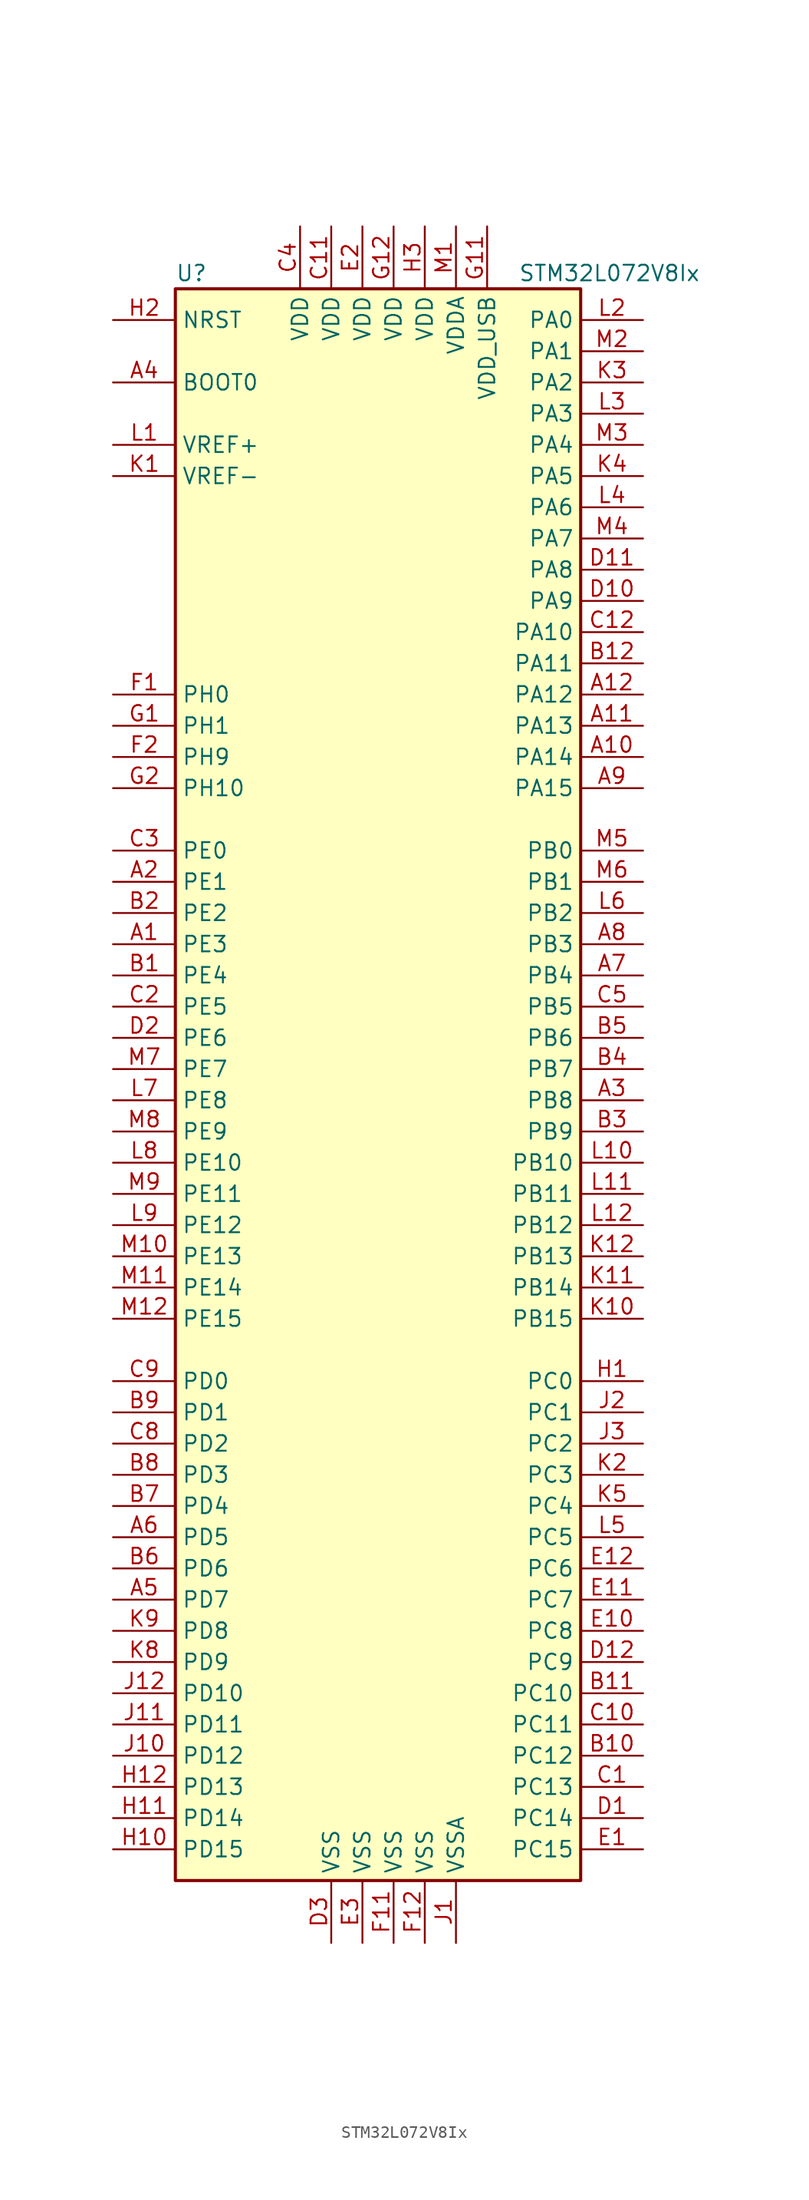
<source format=kicad_sym>
(kicad_symbol_lib
  (version 20211014)
  (generator kicad_symbol_editor)
  (symbol "STM32L072V8Ix"
    (property "Reference" "U"
      (at -17.78 64.77 0)
      (effects (font (size 1.27 1.27)) (justify left)))
    (property "Value" "STM32L072V8Ix"
      (at 10.16 64.77 0)
      (effects (font (size 1.27 1.27)) (justify left)))
    (symbol "STM32L072V8Ix_0_1"
      (rectangle (start -17.78 -66.04) (end 15.24 63.5) (stroke (width 0.254) (type default) (color 0 0 0 0)) (fill (type background))))
    (symbol "STM32L072V8Ix_1_1"
      (pin bidirectional line (at -22.86 10.16 0) (length 5.08) (name "PE3" (effects (font (size 1.27 1.27)))) (number "A1" (effects (font (size 1.27 1.27)))))
      (pin bidirectional line (at 20.32 25.4 180) (length 5.08) (name "PA14" (effects (font (size 1.27 1.27)))) (number "A10" (effects (font (size 1.27 1.27)))))
      (pin bidirectional line (at 20.32 27.94 180) (length 5.08) (name "PA13" (effects (font (size 1.27 1.27)))) (number "A11" (effects (font (size 1.27 1.27)))))
      (pin bidirectional line (at 20.32 30.48 180) (length 5.08) (name "PA12" (effects (font (size 1.27 1.27)))) (number "A12" (effects (font (size 1.27 1.27)))))
      (pin bidirectional line (at -22.86 15.24 0) (length 5.08) (name "PE1" (effects (font (size 1.27 1.27)))) (number "A2" (effects (font (size 1.27 1.27)))))
      (pin bidirectional line (at 20.32 -2.54 180) (length 5.08) (name "PB8" (effects (font (size 1.27 1.27)))) (number "A3" (effects (font (size 1.27 1.27)))))
      (pin input line (at -22.86 55.88 0) (length 5.08) (name "BOOT0" (effects (font (size 1.27 1.27)))) (number "A4" (effects (font (size 1.27 1.27)))))
      (pin bidirectional line (at -22.86 -43.18 0) (length 5.08) (name "PD7" (effects (font (size 1.27 1.27)))) (number "A5" (effects (font (size 1.27 1.27)))))
      (pin bidirectional line (at -22.86 -38.1 0) (length 5.08) (name "PD5" (effects (font (size 1.27 1.27)))) (number "A6" (effects (font (size 1.27 1.27)))))
      (pin bidirectional line (at 20.32 7.62 180) (length 5.08) (name "PB4" (effects (font (size 1.27 1.27)))) (number "A7" (effects (font (size 1.27 1.27)))))
      (pin bidirectional line (at 20.32 10.16 180) (length 5.08) (name "PB3" (effects (font (size 1.27 1.27)))) (number "A8" (effects (font (size 1.27 1.27)))))
      (pin bidirectional line (at 20.32 22.86 180) (length 5.08) (name "PA15" (effects (font (size 1.27 1.27)))) (number "A9" (effects (font (size 1.27 1.27)))))
      (pin bidirectional line (at -22.86 7.62 0) (length 5.08) (name "PE4" (effects (font (size 1.27 1.27)))) (number "B1" (effects (font (size 1.27 1.27)))))
      (pin bidirectional line (at 20.32 -55.88 180) (length 5.08) (name "PC12" (effects (font (size 1.27 1.27)))) (number "B10" (effects (font (size 1.27 1.27)))))
      (pin bidirectional line (at 20.32 -50.8 180) (length 5.08) (name "PC10" (effects (font (size 1.27 1.27)))) (number "B11" (effects (font (size 1.27 1.27)))))
      (pin bidirectional line (at 20.32 33.02 180) (length 5.08) (name "PA11" (effects (font (size 1.27 1.27)))) (number "B12" (effects (font (size 1.27 1.27)))))
      (pin bidirectional line (at -22.86 12.7 0) (length 5.08) (name "PE2" (effects (font (size 1.27 1.27)))) (number "B2" (effects (font (size 1.27 1.27)))))
      (pin bidirectional line (at 20.32 -5.08 180) (length 5.08) (name "PB9" (effects (font (size 1.27 1.27)))) (number "B3" (effects (font (size 1.27 1.27)))))
      (pin bidirectional line (at 20.32 0 180) (length 5.08) (name "PB7" (effects (font (size 1.27 1.27)))) (number "B4" (effects (font (size 1.27 1.27)))))
      (pin bidirectional line (at 20.32 2.54 180) (length 5.08) (name "PB6" (effects (font (size 1.27 1.27)))) (number "B5" (effects (font (size 1.27 1.27)))))
      (pin bidirectional line (at -22.86 -40.64 0) (length 5.08) (name "PD6" (effects (font (size 1.27 1.27)))) (number "B6" (effects (font (size 1.27 1.27)))))
      (pin bidirectional line (at -22.86 -35.56 0) (length 5.08) (name "PD4" (effects (font (size 1.27 1.27)))) (number "B7" (effects (font (size 1.27 1.27)))))
      (pin bidirectional line (at -22.86 -33.02 0) (length 5.08) (name "PD3" (effects (font (size 1.27 1.27)))) (number "B8" (effects (font (size 1.27 1.27)))))
      (pin bidirectional line (at -22.86 -27.94 0) (length 5.08) (name "PD1" (effects (font (size 1.27 1.27)))) (number "B9" (effects (font (size 1.27 1.27)))))
      (pin bidirectional line (at 20.32 -58.42 180) (length 5.08) (name "PC13" (effects (font (size 1.27 1.27)))) (number "C1" (effects (font (size 1.27 1.27)))))
      (pin bidirectional line (at 20.32 -53.34 180) (length 5.08) (name "PC11" (effects (font (size 1.27 1.27)))) (number "C10" (effects (font (size 1.27 1.27)))))
      (pin power_in line (at -5.08 68.58 270) (length 5.08) (name "VDD" (effects (font (size 1.27 1.27)))) (number "C11" (effects (font (size 1.27 1.27)))))
      (pin bidirectional line (at 20.32 35.56 180) (length 5.08) (name "PA10" (effects (font (size 1.27 1.27)))) (number "C12" (effects (font (size 1.27 1.27)))))
      (pin bidirectional line (at -22.86 5.08 0) (length 5.08) (name "PE5" (effects (font (size 1.27 1.27)))) (number "C2" (effects (font (size 1.27 1.27)))))
      (pin bidirectional line (at -22.86 17.78 0) (length 5.08) (name "PE0" (effects (font (size 1.27 1.27)))) (number "C3" (effects (font (size 1.27 1.27)))))
      (pin power_in line (at -7.62 68.58 270) (length 5.08) (name "VDD" (effects (font (size 1.27 1.27)))) (number "C4" (effects (font (size 1.27 1.27)))))
      (pin bidirectional line (at 20.32 5.08 180) (length 5.08) (name "PB5" (effects (font (size 1.27 1.27)))) (number "C5" (effects (font (size 1.27 1.27)))))
      (pin bidirectional line (at -22.86 -30.48 0) (length 5.08) (name "PD2" (effects (font (size 1.27 1.27)))) (number "C8" (effects (font (size 1.27 1.27)))))
      (pin bidirectional line (at -22.86 -25.4 0) (length 5.08) (name "PD0" (effects (font (size 1.27 1.27)))) (number "C9" (effects (font (size 1.27 1.27)))))
      (pin bidirectional line (at 20.32 -60.96 180) (length 5.08) (name "PC14" (effects (font (size 1.27 1.27)))) (number "D1" (effects (font (size 1.27 1.27)))))
      (pin bidirectional line (at 20.32 38.1 180) (length 5.08) (name "PA9" (effects (font (size 1.27 1.27)))) (number "D10" (effects (font (size 1.27 1.27)))))
      (pin bidirectional line (at 20.32 40.64 180) (length 5.08) (name "PA8" (effects (font (size 1.27 1.27)))) (number "D11" (effects (font (size 1.27 1.27)))))
      (pin bidirectional line (at 20.32 -48.26 180) (length 5.08) (name "PC9" (effects (font (size 1.27 1.27)))) (number "D12" (effects (font (size 1.27 1.27)))))
      (pin bidirectional line (at -22.86 2.54 0) (length 5.08) (name "PE6" (effects (font (size 1.27 1.27)))) (number "D2" (effects (font (size 1.27 1.27)))))
      (pin power_in line (at -5.08 -71.12 90) (length 5.08) (name "VSS" (effects (font (size 1.27 1.27)))) (number "D3" (effects (font (size 1.27 1.27)))))
      (pin bidirectional line (at 20.32 -63.5 180) (length 5.08) (name "PC15" (effects (font (size 1.27 1.27)))) (number "E1" (effects (font (size 1.27 1.27)))))
      (pin bidirectional line (at 20.32 -45.72 180) (length 5.08) (name "PC8" (effects (font (size 1.27 1.27)))) (number "E10" (effects (font (size 1.27 1.27)))))
      (pin bidirectional line (at 20.32 -43.18 180) (length 5.08) (name "PC7" (effects (font (size 1.27 1.27)))) (number "E11" (effects (font (size 1.27 1.27)))))
      (pin bidirectional line (at 20.32 -40.64 180) (length 5.08) (name "PC6" (effects (font (size 1.27 1.27)))) (number "E12" (effects (font (size 1.27 1.27)))))
      (pin power_in line (at -2.54 68.58 270) (length 5.08) (name "VDD" (effects (font (size 1.27 1.27)))) (number "E2" (effects (font (size 1.27 1.27)))))
      (pin power_in line (at -2.54 -71.12 90) (length 5.08) (name "VSS" (effects (font (size 1.27 1.27)))) (number "E3" (effects (font (size 1.27 1.27)))))
      (pin input line (at -22.86 30.48 0) (length 5.08) (name "PH0" (effects (font (size 1.27 1.27)))) (number "F1" (effects (font (size 1.27 1.27)))))
      (pin power_in line (at 0 -71.12 90) (length 5.08) (name "VSS" (effects (font (size 1.27 1.27)))) (number "F11" (effects (font (size 1.27 1.27)))))
      (pin power_in line (at 2.54 -71.12 90) (length 5.08) (name "VSS" (effects (font (size 1.27 1.27)))) (number "F12" (effects (font (size 1.27 1.27)))))
      (pin bidirectional line (at -22.86 25.4 0) (length 5.08) (name "PH9" (effects (font (size 1.27 1.27)))) (number "F2" (effects (font (size 1.27 1.27)))))
      (pin input line (at -22.86 27.94 0) (length 5.08) (name "PH1" (effects (font (size 1.27 1.27)))) (number "G1" (effects (font (size 1.27 1.27)))))
      (pin power_in line (at 7.62 68.58 270) (length 5.08) (name "VDD_USB" (effects (font (size 1.27 1.27)))) (number "G11" (effects (font (size 1.27 1.27)))))
      (pin power_in line (at 0 68.58 270) (length 5.08) (name "VDD" (effects (font (size 1.27 1.27)))) (number "G12" (effects (font (size 1.27 1.27)))))
      (pin bidirectional line (at -22.86 22.86 0) (length 5.08) (name "PH10" (effects (font (size 1.27 1.27)))) (number "G2" (effects (font (size 1.27 1.27)))))
      (pin bidirectional line (at 20.32 -25.4 180) (length 5.08) (name "PC0" (effects (font (size 1.27 1.27)))) (number "H1" (effects (font (size 1.27 1.27)))))
      (pin bidirectional line (at -22.86 -63.5 0) (length 5.08) (name "PD15" (effects (font (size 1.27 1.27)))) (number "H10" (effects (font (size 1.27 1.27)))))
      (pin bidirectional line (at -22.86 -60.96 0) (length 5.08) (name "PD14" (effects (font (size 1.27 1.27)))) (number "H11" (effects (font (size 1.27 1.27)))))
      (pin bidirectional line (at -22.86 -58.42 0) (length 5.08) (name "PD13" (effects (font (size 1.27 1.27)))) (number "H12" (effects (font (size 1.27 1.27)))))
      (pin input line (at -22.86 60.96 0) (length 5.08) (name "NRST" (effects (font (size 1.27 1.27)))) (number "H2" (effects (font (size 1.27 1.27)))))
      (pin power_in line (at 2.54 68.58 270) (length 5.08) (name "VDD" (effects (font (size 1.27 1.27)))) (number "H3" (effects (font (size 1.27 1.27)))))
      (pin power_in line (at 5.08 -71.12 90) (length 5.08) (name "VSSA" (effects (font (size 1.27 1.27)))) (number "J1" (effects (font (size 1.27 1.27)))))
      (pin bidirectional line (at -22.86 -55.88 0) (length 5.08) (name "PD12" (effects (font (size 1.27 1.27)))) (number "J10" (effects (font (size 1.27 1.27)))))
      (pin bidirectional line (at -22.86 -53.34 0) (length 5.08) (name "PD11" (effects (font (size 1.27 1.27)))) (number "J11" (effects (font (size 1.27 1.27)))))
      (pin bidirectional line (at -22.86 -50.8 0) (length 5.08) (name "PD10" (effects (font (size 1.27 1.27)))) (number "J12" (effects (font (size 1.27 1.27)))))
      (pin bidirectional line (at 20.32 -27.94 180) (length 5.08) (name "PC1" (effects (font (size 1.27 1.27)))) (number "J2" (effects (font (size 1.27 1.27)))))
      (pin bidirectional line (at 20.32 -30.48 180) (length 5.08) (name "PC2" (effects (font (size 1.27 1.27)))) (number "J3" (effects (font (size 1.27 1.27)))))
      (pin power_in line (at -22.86 48.26 0) (length 5.08) (name "VREF-" (effects (font (size 1.27 1.27)))) (number "K1" (effects (font (size 1.27 1.27)))))
      (pin bidirectional line (at 20.32 -20.32 180) (length 5.08) (name "PB15" (effects (font (size 1.27 1.27)))) (number "K10" (effects (font (size 1.27 1.27)))))
      (pin bidirectional line (at 20.32 -17.78 180) (length 5.08) (name "PB14" (effects (font (size 1.27 1.27)))) (number "K11" (effects (font (size 1.27 1.27)))))
      (pin bidirectional line (at 20.32 -15.24 180) (length 5.08) (name "PB13" (effects (font (size 1.27 1.27)))) (number "K12" (effects (font (size 1.27 1.27)))))
      (pin bidirectional line (at 20.32 -33.02 180) (length 5.08) (name "PC3" (effects (font (size 1.27 1.27)))) (number "K2" (effects (font (size 1.27 1.27)))))
      (pin bidirectional line (at 20.32 55.88 180) (length 5.08) (name "PA2" (effects (font (size 1.27 1.27)))) (number "K3" (effects (font (size 1.27 1.27)))))
      (pin bidirectional line (at 20.32 48.26 180) (length 5.08) (name "PA5" (effects (font (size 1.27 1.27)))) (number "K4" (effects (font (size 1.27 1.27)))))
      (pin bidirectional line (at 20.32 -35.56 180) (length 5.08) (name "PC4" (effects (font (size 1.27 1.27)))) (number "K5" (effects (font (size 1.27 1.27)))))
      (pin bidirectional line (at -22.86 -48.26 0) (length 5.08) (name "PD9" (effects (font (size 1.27 1.27)))) (number "K8" (effects (font (size 1.27 1.27)))))
      (pin bidirectional line (at -22.86 -45.72 0) (length 5.08) (name "PD8" (effects (font (size 1.27 1.27)))) (number "K9" (effects (font (size 1.27 1.27)))))
      (pin power_in line (at -22.86 50.8 0) (length 5.08) (name "VREF+" (effects (font (size 1.27 1.27)))) (number "L1" (effects (font (size 1.27 1.27)))))
      (pin bidirectional line (at 20.32 -7.62 180) (length 5.08) (name "PB10" (effects (font (size 1.27 1.27)))) (number "L10" (effects (font (size 1.27 1.27)))))
      (pin bidirectional line (at 20.32 -10.16 180) (length 5.08) (name "PB11" (effects (font (size 1.27 1.27)))) (number "L11" (effects (font (size 1.27 1.27)))))
      (pin bidirectional line (at 20.32 -12.7 180) (length 5.08) (name "PB12" (effects (font (size 1.27 1.27)))) (number "L12" (effects (font (size 1.27 1.27)))))
      (pin bidirectional line (at 20.32 60.96 180) (length 5.08) (name "PA0" (effects (font (size 1.27 1.27)))) (number "L2" (effects (font (size 1.27 1.27)))))
      (pin bidirectional line (at 20.32 53.34 180) (length 5.08) (name "PA3" (effects (font (size 1.27 1.27)))) (number "L3" (effects (font (size 1.27 1.27)))))
      (pin bidirectional line (at 20.32 45.72 180) (length 5.08) (name "PA6" (effects (font (size 1.27 1.27)))) (number "L4" (effects (font (size 1.27 1.27)))))
      (pin bidirectional line (at 20.32 -38.1 180) (length 5.08) (name "PC5" (effects (font (size 1.27 1.27)))) (number "L5" (effects (font (size 1.27 1.27)))))
      (pin bidirectional line (at 20.32 12.7 180) (length 5.08) (name "PB2" (effects (font (size 1.27 1.27)))) (number "L6" (effects (font (size 1.27 1.27)))))
      (pin bidirectional line (at -22.86 -2.54 0) (length 5.08) (name "PE8" (effects (font (size 1.27 1.27)))) (number "L7" (effects (font (size 1.27 1.27)))))
      (pin bidirectional line (at -22.86 -7.62 0) (length 5.08) (name "PE10" (effects (font (size 1.27 1.27)))) (number "L8" (effects (font (size 1.27 1.27)))))
      (pin bidirectional line (at -22.86 -12.7 0) (length 5.08) (name "PE12" (effects (font (size 1.27 1.27)))) (number "L9" (effects (font (size 1.27 1.27)))))
      (pin power_in line (at 5.08 68.58 270) (length 5.08) (name "VDDA" (effects (font (size 1.27 1.27)))) (number "M1" (effects (font (size 1.27 1.27)))))
      (pin bidirectional line (at -22.86 -15.24 0) (length 5.08) (name "PE13" (effects (font (size 1.27 1.27)))) (number "M10" (effects (font (size 1.27 1.27)))))
      (pin bidirectional line (at -22.86 -17.78 0) (length 5.08) (name "PE14" (effects (font (size 1.27 1.27)))) (number "M11" (effects (font (size 1.27 1.27)))))
      (pin bidirectional line (at -22.86 -20.32 0) (length 5.08) (name "PE15" (effects (font (size 1.27 1.27)))) (number "M12" (effects (font (size 1.27 1.27)))))
      (pin bidirectional line (at 20.32 58.42 180) (length 5.08) (name "PA1" (effects (font (size 1.27 1.27)))) (number "M2" (effects (font (size 1.27 1.27)))))
      (pin bidirectional line (at 20.32 50.8 180) (length 5.08) (name "PA4" (effects (font (size 1.27 1.27)))) (number "M3" (effects (font (size 1.27 1.27)))))
      (pin bidirectional line (at 20.32 43.18 180) (length 5.08) (name "PA7" (effects (font (size 1.27 1.27)))) (number "M4" (effects (font (size 1.27 1.27)))))
      (pin bidirectional line (at 20.32 17.78 180) (length 5.08) (name "PB0" (effects (font (size 1.27 1.27)))) (number "M5" (effects (font (size 1.27 1.27)))))
      (pin bidirectional line (at 20.32 15.24 180) (length 5.08) (name "PB1" (effects (font (size 1.27 1.27)))) (number "M6" (effects (font (size 1.27 1.27)))))
      (pin bidirectional line (at -22.86 0 0) (length 5.08) (name "PE7" (effects (font (size 1.27 1.27)))) (number "M7" (effects (font (size 1.27 1.27)))))
      (pin bidirectional line (at -22.86 -5.08 0) (length 5.08) (name "PE9" (effects (font (size 1.27 1.27)))) (number "M8" (effects (font (size 1.27 1.27)))))
      (pin bidirectional line (at -22.86 -10.16 0) (length 5.08) (name "PE11" (effects (font (size 1.27 1.27)))) (number "M9" (effects (font (size 1.27 1.27))))))))
</source>
